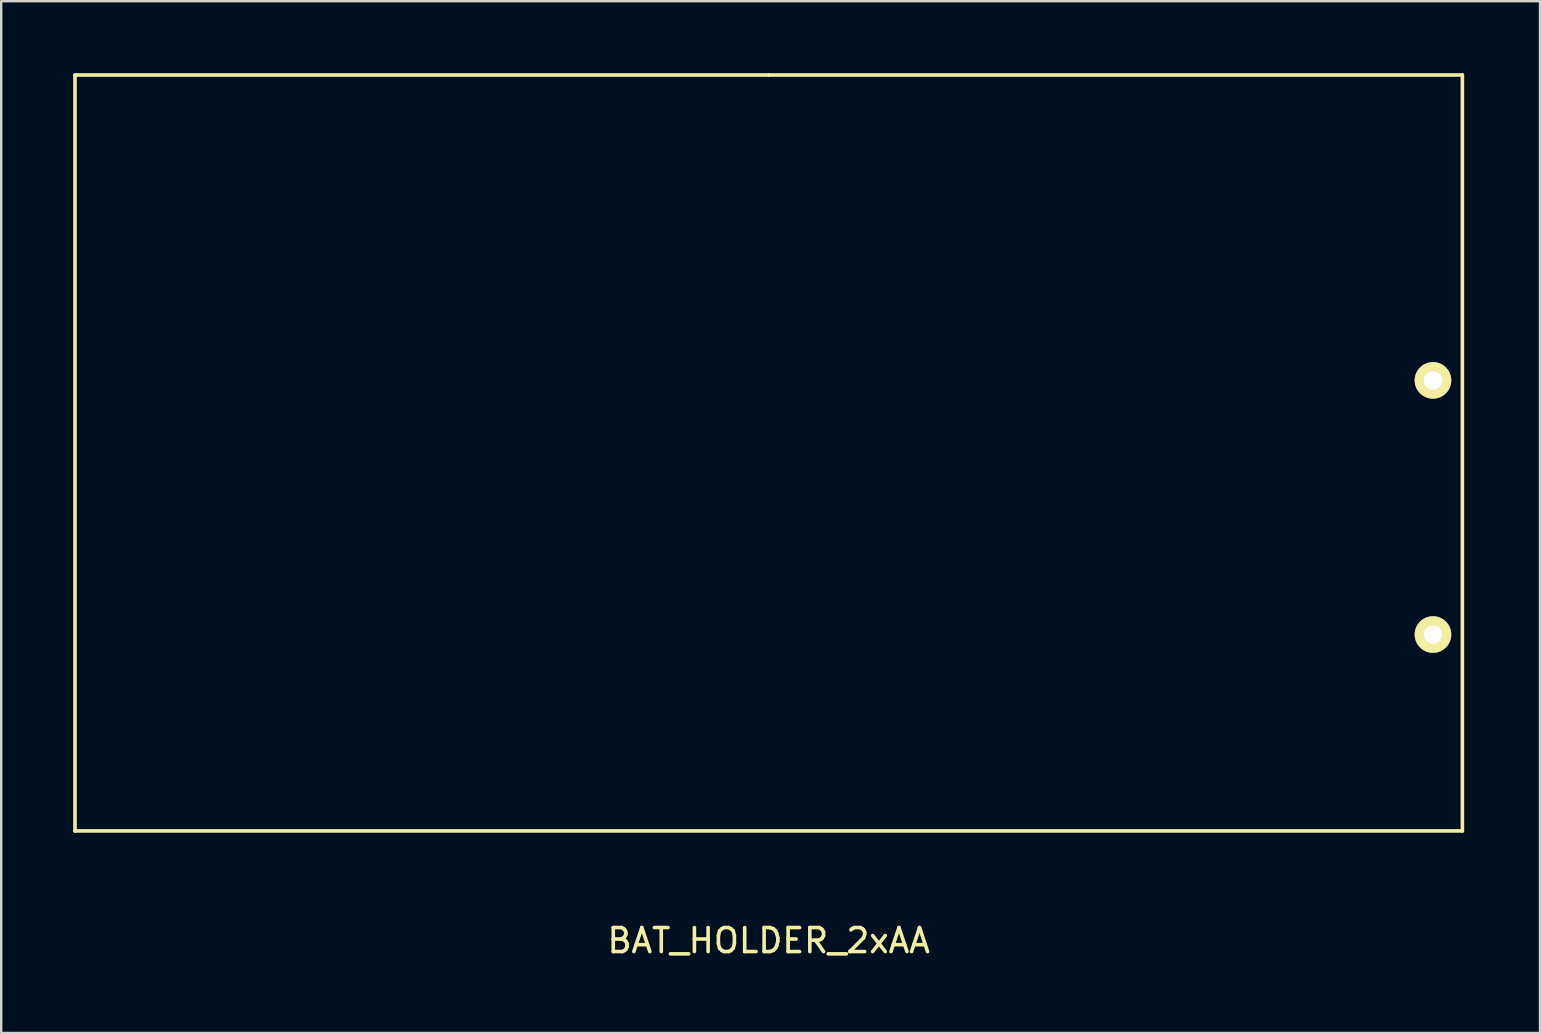
<source format=kicad_pcb>
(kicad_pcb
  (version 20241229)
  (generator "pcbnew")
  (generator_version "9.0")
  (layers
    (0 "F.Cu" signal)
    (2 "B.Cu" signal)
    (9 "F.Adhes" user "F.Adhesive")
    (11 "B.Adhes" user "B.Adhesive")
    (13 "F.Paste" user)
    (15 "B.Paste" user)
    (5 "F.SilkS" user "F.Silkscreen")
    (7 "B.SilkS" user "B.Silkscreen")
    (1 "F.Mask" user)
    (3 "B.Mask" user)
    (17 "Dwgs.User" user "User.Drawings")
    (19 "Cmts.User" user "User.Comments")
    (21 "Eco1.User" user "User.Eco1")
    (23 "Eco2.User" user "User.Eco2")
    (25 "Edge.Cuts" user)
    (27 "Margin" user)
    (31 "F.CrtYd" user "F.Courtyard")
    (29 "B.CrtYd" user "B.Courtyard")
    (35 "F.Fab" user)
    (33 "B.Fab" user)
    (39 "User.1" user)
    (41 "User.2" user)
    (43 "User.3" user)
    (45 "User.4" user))
  (footprint "BAT_HOLDER_2xAA"
    (layer "F.Cu")
    (at 57.87 31.57)
    (property "Reference" "BAT_HOLDER_2xAA" (at -28.89 4.575 0) (layer "F.SilkS") (effects (font (size 1 1) (thickness 0.15))))
    (attr through_hole)
    (fp_line (start -57.795 -31.495) (end -28.89 -31.495) (stroke (width 0.15) (type solid)) (layer "F.SilkS"))
    (fp_line (start -57.795 0.005) (end -57.795 -31.495) (stroke (width 0.15) (type solid)) (layer "F.SilkS"))
    (fp_line (start -28.89 -31.495) (end 0.015 -31.495) (stroke (width 0.15) (type solid)) (layer "F.SilkS"))
    (fp_line (start 0.015 -31.495) (end 0.015 0.005) (stroke (width 0.15) (type solid)) (layer "F.SilkS"))
    (fp_line (start 0.015 0.005) (end -57.795 0.005) (stroke (width 0.15) (type solid)) (layer "F.SilkS"))
    (pad "1" thru_hole circle (at -1.21 -8.18) (size 1.524 1.524) (drill 0.762) (layers "*.Cu" "*.Mask" "F.SilkS"))
    (pad "2" thru_hole circle (at -1.21 -18.77) (size 1.524 1.524) (drill 0.762) (layers "*.Cu" "*.Mask" "F.SilkS")))
  (gr_rect
    (start -3 -3)
    (end 61.12 39.993)
    (stroke (width 0.1) (type default))
    (fill no)
    (layer "Edge.Cuts")))
</source>
